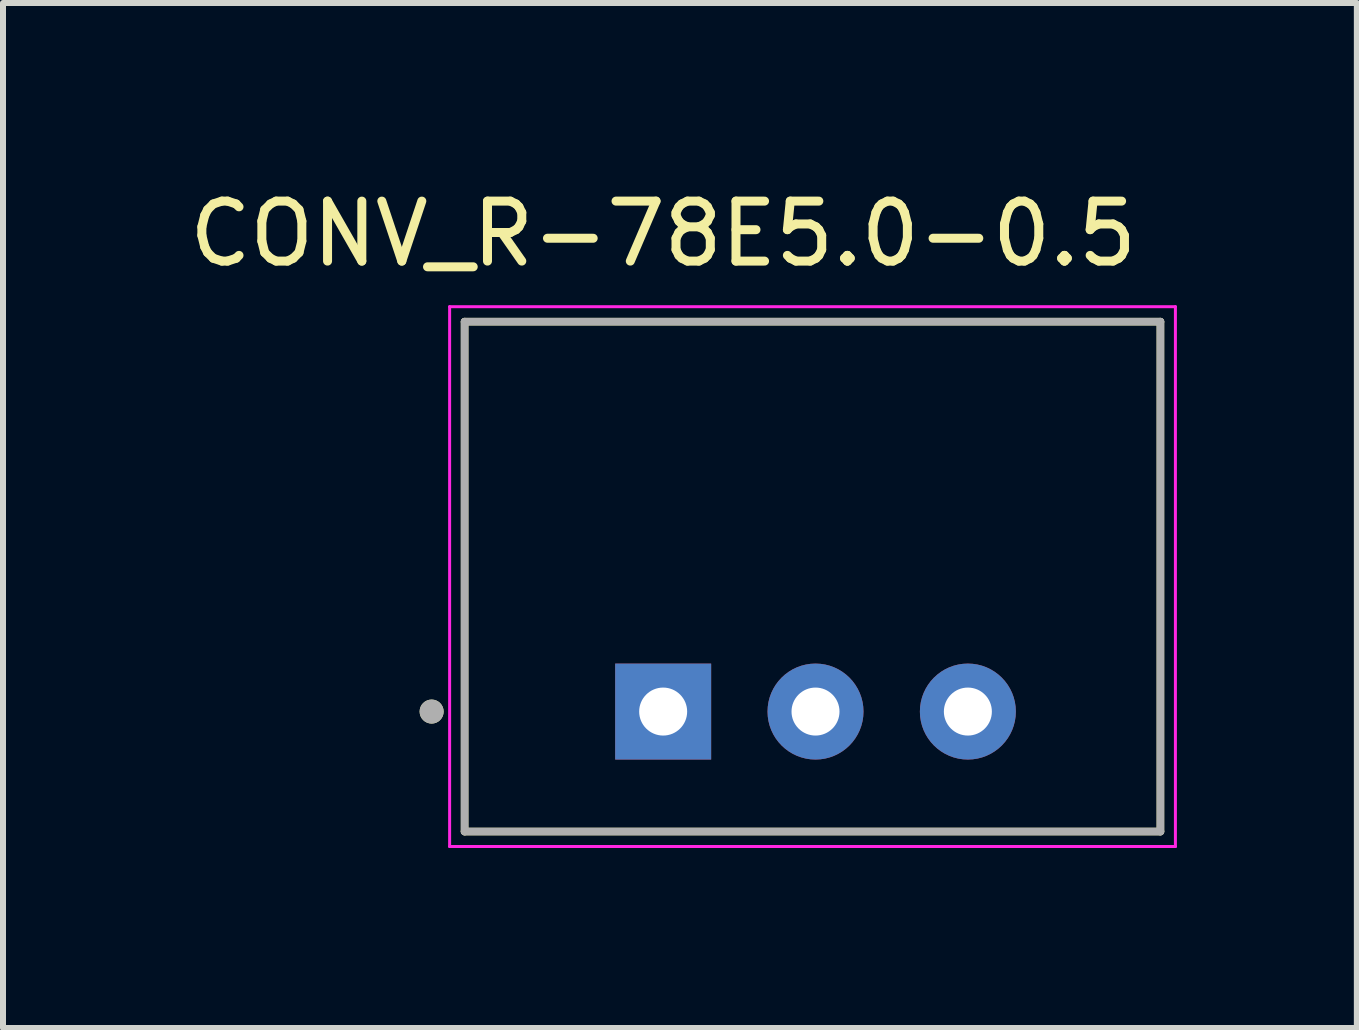
<source format=kicad_pcb>
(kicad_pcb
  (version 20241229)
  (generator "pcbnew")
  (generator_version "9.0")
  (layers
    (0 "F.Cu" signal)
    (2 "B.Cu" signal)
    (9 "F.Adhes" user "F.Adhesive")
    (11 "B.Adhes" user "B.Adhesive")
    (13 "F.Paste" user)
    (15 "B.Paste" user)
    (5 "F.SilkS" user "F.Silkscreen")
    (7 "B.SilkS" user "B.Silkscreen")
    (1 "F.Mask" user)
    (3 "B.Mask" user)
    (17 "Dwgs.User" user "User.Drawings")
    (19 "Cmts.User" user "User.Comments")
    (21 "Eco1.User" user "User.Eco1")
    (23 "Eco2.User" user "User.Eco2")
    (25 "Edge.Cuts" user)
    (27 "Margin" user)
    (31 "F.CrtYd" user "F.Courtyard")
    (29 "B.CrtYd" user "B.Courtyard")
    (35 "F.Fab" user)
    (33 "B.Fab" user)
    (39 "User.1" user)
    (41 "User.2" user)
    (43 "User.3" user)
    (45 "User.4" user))
  (footprint "CONV_R-78E5.0-0.5"
    (layer "F.Cu")
    (at 10.546 6.563)
    (property "Reference" "CONV_R-78E5.0-0.5" (at -2.54 -5.715 0) (layer "F.SilkS") (effects (font (size 1 1) (thickness 0.15))))
    (attr through_hole)
    (fp_line (start -5.85 -4.25) (end -5.85 4.25) (stroke (width 0.127) (type solid)) (layer "F.SilkS"))
    (fp_line (start -5.85 4.25) (end 5.75 4.25) (stroke (width 0.127) (type solid)) (layer "F.SilkS"))
    (fp_line (start 5.75 -4.25) (end -5.85 -4.25) (stroke (width 0.127) (type solid)) (layer "F.SilkS"))
    (fp_line (start 5.75 4.25) (end 5.75 -4.25) (stroke (width 0.127) (type solid)) (layer "F.SilkS"))
    (fp_circle (center -6.4 2.25) (end -6.3 2.25) (stroke (width 0.2) (type solid)) (fill no) (layer "F.SilkS"))
    (fp_line (start -6.1 -4.5) (end -6.1 4.5) (stroke (width 0.05) (type solid)) (layer "F.CrtYd"))
    (fp_line (start -6.1 4.5) (end 6 4.5) (stroke (width 0.05) (type solid)) (layer "F.CrtYd"))
    (fp_line (start 6 -4.5) (end -6.1 -4.5) (stroke (width 0.05) (type solid)) (layer "F.CrtYd"))
    (fp_line (start 6 4.5) (end 6 -4.5) (stroke (width 0.05) (type solid)) (layer "F.CrtYd"))
    (fp_line (start -5.85 -4.25) (end -5.85 4.25) (stroke (width 0.127) (type solid)) (layer "F.Fab"))
    (fp_line (start -5.85 4.25) (end 5.75 4.25) (stroke (width 0.127) (type solid)) (layer "F.Fab"))
    (fp_line (start 5.75 -4.25) (end -5.85 -4.25) (stroke (width 0.127) (type solid)) (layer "F.Fab"))
    (fp_line (start 5.75 4.25) (end 5.75 -4.25) (stroke (width 0.127) (type solid)) (layer "F.Fab"))
    (fp_circle (center -6.4 2.25) (end -6.3 2.25) (stroke (width 0.2) (type solid)) (fill no) (layer "F.Fab"))
    (pad "1" thru_hole rect (at -2.54 2.25) (size 1.6 1.6) (drill 0.8) (layers "*.Cu" "*.Mask"))
    (pad "2" thru_hole circle (at 0 2.25) (size 1.6 1.6) (drill 0.8) (layers "*.Cu" "*.Mask"))
    (pad "3" thru_hole circle (at 2.54 2.25) (size 1.6 1.6) (drill 0.8) (layers "*.Cu" "*.Mask")))
  (gr_rect
    (start -3 -3)
    (end 19.571 14.088)
    (stroke (width 0.1) (type default))
    (fill no)
    (layer "Edge.Cuts")))
</source>
